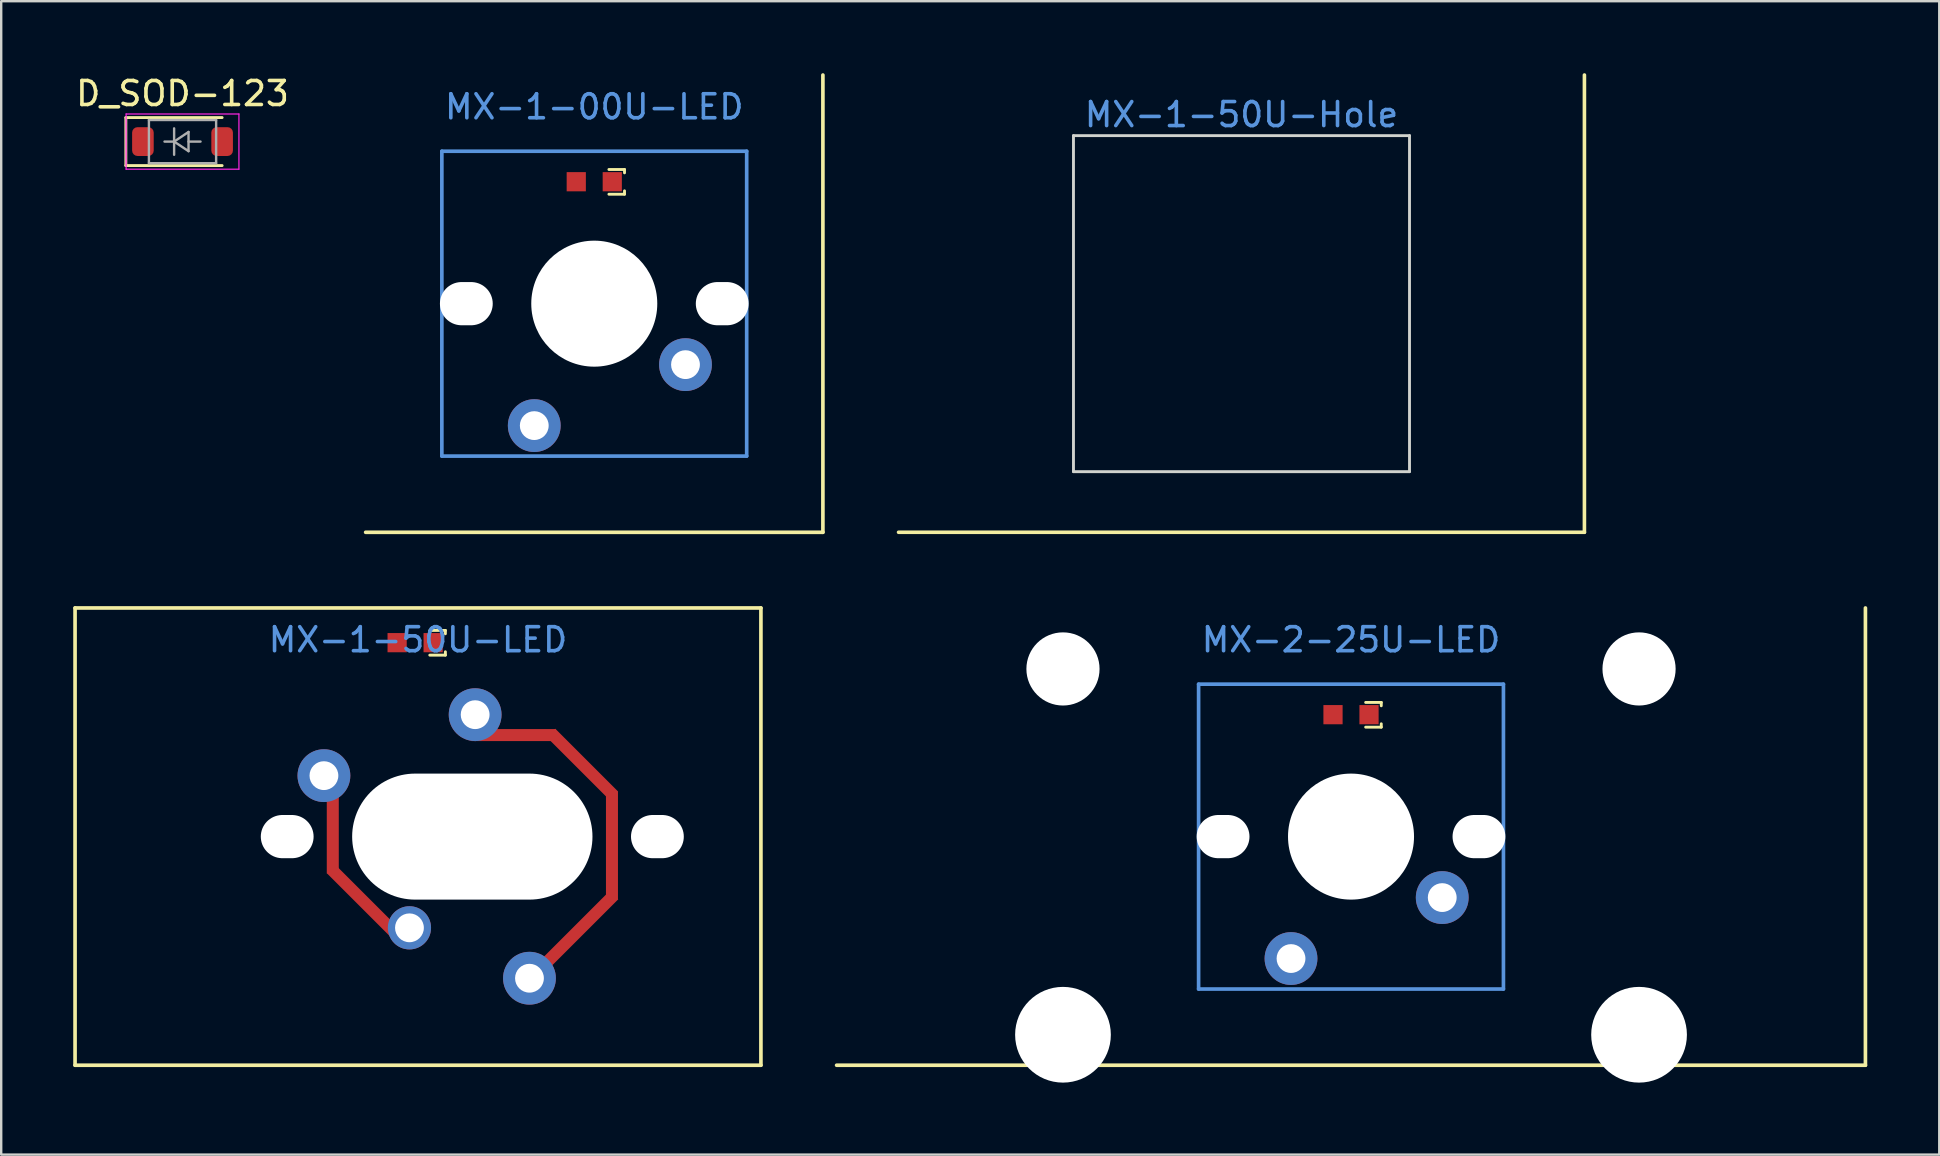
<source format=kicad_pcb>
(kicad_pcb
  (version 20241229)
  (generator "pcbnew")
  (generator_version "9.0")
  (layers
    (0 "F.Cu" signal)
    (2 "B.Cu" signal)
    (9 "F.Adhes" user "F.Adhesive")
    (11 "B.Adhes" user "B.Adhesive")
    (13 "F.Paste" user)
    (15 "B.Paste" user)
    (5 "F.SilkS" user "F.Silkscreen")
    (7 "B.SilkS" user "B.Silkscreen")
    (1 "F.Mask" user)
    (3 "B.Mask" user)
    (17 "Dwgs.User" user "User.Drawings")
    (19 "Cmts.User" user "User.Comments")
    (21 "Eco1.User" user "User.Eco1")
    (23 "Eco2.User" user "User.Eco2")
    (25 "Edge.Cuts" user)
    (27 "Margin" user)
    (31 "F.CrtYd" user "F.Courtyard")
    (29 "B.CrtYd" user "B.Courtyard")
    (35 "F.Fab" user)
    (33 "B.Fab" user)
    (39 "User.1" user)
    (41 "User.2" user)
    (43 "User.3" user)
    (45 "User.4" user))
  (footprint "MX-1-00U-LED"
    (layer "F.Cu")
    (at 21.708 4.521)
    (property "Reference" "MX-1-00U-LED" (at 0 -3.12 0) (layer "Cmts.User") (effects (font (size 1 1) (thickness 0.15))))
    (fp_line (start 0.61 -0.51) (end 1.26 -0.51) (stroke (width 0.12) (type solid)) (layer "F.SilkS"))
    (fp_line (start 0.61 0.52) (end 1.26 0.52) (stroke (width 0.12) (type solid)) (layer "F.SilkS"))
    (fp_line (start 1.26 -0.51) (end 1.26 -0.37) (stroke (width 0.12) (type solid)) (layer "F.SilkS"))
    (fp_line (start 1.26 0.52) (end 1.26 0.38) (stroke (width 0.12) (type solid)) (layer "F.SilkS"))
    (fp_line (start 9.525 -4.445) (end 9.525 14.605) (stroke (width 0.152) (type solid)) (layer "F.SilkS"))
    (fp_line (start 9.525 14.605) (end -9.525 14.605) (stroke (width 0.152) (type solid)) (layer "F.SilkS"))
    (fp_line (start -6.35 -1.27) (end 6.35 -1.27) (stroke (width 0.152) (type solid)) (layer "Cmts.User"))
    (fp_line (start -6.35 11.43) (end -6.35 -1.27) (stroke (width 0.152) (type solid)) (layer "Cmts.User"))
    (fp_line (start 6.35 -1.27) (end 6.35 11.43) (stroke (width 0.152) (type solid)) (layer "Cmts.User"))
    (fp_line (start 6.35 11.43) (end -6.35 11.43) (stroke (width 0.152) (type solid)) (layer "Cmts.User"))
    (pad "" np_thru_hole oval (at -5.33 5.08 270) (size 1.8 2.2) (drill oval 1.8 2.2) (layers "*.Cu" "*.Mask"))
    (pad "" np_thru_hole circle (at 0 5.08 180) (size 5.25 5.25) (drill 5.25) (layers "*.Cu" "*.Mask"))
    (pad "" np_thru_hole oval (at 5.33 5.08 270) (size 1.8 2.2) (drill oval 1.8 2.2) (layers "*.Cu" "*.Mask"))
    (pad "1" thru_hole circle (at -2.5 10.16) (size 2.2 2.2) (drill oval 1.2) (layers "*.Cu" "*.Mask"))
    (pad "2" thru_hole circle (at 3.8 7.62 225) (size 2.2 2.2) (drill 1.2) (layers "*.Cu" "*.Mask"))
    (pad "3" smd rect (at 0.75 0 90) (size 0.8 0.8) (layers "F.Cu" "F.Mask" "F.Paste"))
    (pad "4" smd rect (at -0.75 0 90) (size 0.8 0.8) (layers "F.Cu" "F.Mask" "F.Paste")))
  (footprint "MX-1-50U-Hole"
    (layer "F.Cu")
    (at 48.672 9.6)
    (property "Reference" "MX-1-50U-Hole" (at 0 -7.874 0) (layer "Cmts.User") (effects (font (size 1 1) (thickness 0.15))))
    (attr through_hole)
    (fp_line (start 14.287 -9.525) (end 14.287 9.525) (stroke (width 0.15) (type solid)) (layer "F.SilkS"))
    (fp_line (start 14.287 9.525) (end -14.287 9.525) (stroke (width 0.15) (type solid)) (layer "F.SilkS"))
    (fp_line (start -7 -7) (end -7 7) (stroke (width 0.12) (type solid)) (layer "Edge.Cuts"))
    (fp_line (start -7 -7) (end 7 -7) (stroke (width 0.12) (type solid)) (layer "Edge.Cuts"))
    (fp_line (start -7 7) (end 7 7) (stroke (width 0.12) (type solid)) (layer "Edge.Cuts"))
    (fp_line (start 7 -7) (end 7 7) (stroke (width 0.12) (type solid)) (layer "Edge.Cuts")))
  (footprint "MX-2-25U-LED"
    (layer "F.Cu")
    (at 53.235 26.724)
    (property "Reference" "MX-2-25U-LED" (at 0 -3.12 0) (layer "Cmts.User") (effects (font (size 1 1) (thickness 0.15))))
    (fp_line (start 0.61 -0.51) (end 1.26 -0.51) (stroke (width 0.12) (type solid)) (layer "F.SilkS"))
    (fp_line (start 0.61 0.52) (end 1.26 0.52) (stroke (width 0.12) (type solid)) (layer "F.SilkS"))
    (fp_line (start 1.26 -0.51) (end 1.26 -0.37) (stroke (width 0.12) (type solid)) (layer "F.SilkS"))
    (fp_line (start 1.26 0.52) (end 1.26 0.38) (stroke (width 0.12) (type solid)) (layer "F.SilkS"))
    (fp_line (start 21.431 -4.445) (end 21.431 14.605) (stroke (width 0.152) (type solid)) (layer "F.SilkS"))
    (fp_line (start 21.431 14.605) (end -21.431 14.605) (stroke (width 0.152) (type solid)) (layer "F.SilkS"))
    (fp_line (start -6.35 -1.27) (end 6.35 -1.27) (stroke (width 0.152) (type solid)) (layer "Cmts.User"))
    (fp_line (start -6.35 11.43) (end -6.35 -1.27) (stroke (width 0.152) (type solid)) (layer "Cmts.User"))
    (fp_line (start 6.35 -1.27) (end 6.35 11.43) (stroke (width 0.152) (type solid)) (layer "Cmts.User"))
    (fp_line (start 6.35 11.43) (end -6.35 11.43) (stroke (width 0.152) (type solid)) (layer "Cmts.User"))
    (pad "" np_thru_hole circle (at -12 -1.905 180) (size 3.048 3.048) (drill 3.048) (layers "*.Cu" "*.Mask"))
    (pad "" np_thru_hole circle (at -12 13.335 180) (size 3.988 3.988) (drill 3.988) (layers "*.Cu" "*.Mask"))
    (pad "" np_thru_hole oval (at -5.33 5.08 270) (size 1.8 2.2) (drill oval 1.8 2.2) (layers "*.Cu" "*.Mask"))
    (pad "" np_thru_hole circle (at 0 5.08 180) (size 5.25 5.25) (drill 5.25) (layers "*.Cu" "*.Mask"))
    (pad "" np_thru_hole oval (at 5.33 5.08 270) (size 1.8 2.2) (drill oval 1.8 2.2) (layers "*.Cu" "*.Mask"))
    (pad "" np_thru_hole circle (at 12 -1.905 180) (size 3.048 3.048) (drill 3.048) (layers "*.Cu" "*.Mask"))
    (pad "" np_thru_hole circle (at 12 13.335 180) (size 3.988 3.988) (drill 3.988) (layers "*.Cu" "*.Mask"))
    (pad "1" thru_hole circle (at -2.5 10.16) (size 2.2 2.2) (drill 1.2) (layers "*.Cu" "*.Mask"))
    (pad "2" thru_hole circle (at 3.8 7.62 225) (size 2.2 2.2) (drill 1.2) (layers "*.Cu" "*.Mask"))
    (pad "3" smd rect (at 0.75 0 90) (size 0.8 0.8) (layers "F.Cu" "F.Mask" "F.Paste"))
    (pad "4" smd rect (at -0.75 0 90) (size 0.8 0.8) (layers "F.Cu" "F.Mask" "F.Paste")))
  (footprint "MX-1-50U-LED"
    (layer "F.Cu")
    (at 14.364 23.724)
    (property "Reference" "MX-1-50U-LED" (at 0 -0.12 0) (layer "Cmts.User") (effects (font (size 1 1) (thickness 0.15))))
    (fp_line (start -14.287 -1.445) (end 14.287 -1.445) (stroke (width 0.152) (type solid)) (layer "F.SilkS"))
    (fp_line (start -14.287 17.605) (end -14.287 -1.445) (stroke (width 0.152) (type solid)) (layer "F.SilkS"))
    (fp_line (start 0.491 -0.51) (end 1.141 -0.51) (stroke (width 0.12) (type solid)) (layer "F.SilkS"))
    (fp_line (start 0.491 0.52) (end 1.141 0.52) (stroke (width 0.12) (type solid)) (layer "F.SilkS"))
    (fp_line (start 1.141 -0.51) (end 1.141 -0.37) (stroke (width 0.12) (type solid)) (layer "F.SilkS"))
    (fp_line (start 1.141 0.52) (end 1.141 0.38) (stroke (width 0.12) (type solid)) (layer "F.SilkS"))
    (fp_line (start 14.287 -1.445) (end 14.287 17.605) (stroke (width 0.152) (type solid)) (layer "F.SilkS"))
    (fp_line (start 14.287 17.605) (end -14.287 17.605) (stroke (width 0.152) (type solid)) (layer "F.SilkS"))
    (pad "" np_thru_hole oval (at -5.449 8.08 270) (size 1.8 2.2) (drill oval 1.8 2.2) (layers "*.Cu" "*.Mask"))
    (pad "" np_thru_hole oval (at 2.263 8.08 180) (size 10.012 5.25) (drill oval 10.012 5.25) (layers "*.Cu" "*.Mask"))
    (pad "" np_thru_hole oval (at 9.974 8.08 270) (size 1.8 2.2) (drill oval 1.8 2.2) (layers "*.Cu" "*.Mask"))
    (pad "1" thru_hole circle (at 2.381 3) (size 2.2 2.2) (drill oval 1.2) (layers "*.Cu" "*.Mask"))
    (pad "1" smd rect (at 3.981 3.85 180) (size 3.5 0.5) (layers "F.Cu" "F.Mask" "F.Paste"))
    (pad "1" thru_hole circle (at 4.644 13.98 90) (size 2.2 2.2) (drill 1.2) (layers "*.Cu" "*.Mask"))
    (pad "1" smd rect (at 6.751 11.93 45) (size 4 0.5) (layers "F.Cu" "F.Mask" "F.Paste"))
    (pad "1" smd rect (at 6.851 5.07 315) (size 3.7 0.5) (layers "F.Cu" "F.Mask" "F.Paste"))
    (pad "1" smd rect (at 8.081 8.45 90) (size 4.5 0.5) (layers "F.Cu" "F.Mask" "F.Paste"))
    (pad "2" thru_hole circle (at -3.919 5.54 225) (size 2.2 2.2) (drill 1.2) (layers "*.Cu" "*.Mask"))
    (pad "2" smd rect (at -3.55 7.61 90) (size 4 0.5) (layers "F.Cu" "F.Mask" "F.Paste"))
    (pad "2" smd rect (at -2.28 10.77 315) (size 3.8 0.5) (layers "F.Cu" "F.Mask" "F.Paste"))
    (pad "2" thru_hole circle (at -0.356 11.88 270) (size 1.8 1.8) (drill 1.2) (layers "*.Cu" "*.Mask"))
    (pad "3" smd rect (at 0.631 0 90) (size 0.8 0.8) (layers "F.Cu" "F.Mask" "F.Paste"))
    (pad "4" smd rect (at -0.869 0 90) (size 0.8 0.8) (layers "F.Cu" "F.Mask" "F.Paste")))
  (footprint "D_SOD-123"
    (layer "F.Cu")
    (at 4.554 2.848)
    (property "Reference" "D_SOD-123" (at 0 -2 0) (layer "F.SilkS") (effects (font (size 1 1) (thickness 0.15))))
    (attr smd)
    (fp_line (start -2.36 -1) (end -2.36 1) (stroke (width 0.12) (type solid)) (layer "F.SilkS"))
    (fp_line (start -2.36 -1) (end 1.65 -1) (stroke (width 0.12) (type solid)) (layer "F.SilkS"))
    (fp_line (start -2.36 1) (end 1.65 1) (stroke (width 0.12) (type solid)) (layer "F.SilkS"))
    (fp_line (start -2.35 -1.15) (end -2.35 1.15) (stroke (width 0.05) (type solid)) (layer "F.CrtYd"))
    (fp_line (start -2.35 -1.15) (end 2.35 -1.15) (stroke (width 0.05) (type solid)) (layer "F.CrtYd"))
    (fp_line (start 2.35 -1.15) (end 2.35 1.15) (stroke (width 0.05) (type solid)) (layer "F.CrtYd"))
    (fp_line (start 2.35 1.15) (end -2.35 1.15) (stroke (width 0.05) (type solid)) (layer "F.CrtYd"))
    (fp_line (start -1.4 -0.9) (end 1.4 -0.9) (stroke (width 0.1) (type solid)) (layer "F.Fab"))
    (fp_line (start -1.4 0.9) (end -1.4 -0.9) (stroke (width 0.1) (type solid)) (layer "F.Fab"))
    (fp_line (start -0.75 0) (end -0.35 0) (stroke (width 0.1) (type solid)) (layer "F.Fab"))
    (fp_line (start -0.35 0) (end -0.35 -0.55) (stroke (width 0.1) (type solid)) (layer "F.Fab"))
    (fp_line (start -0.35 0) (end -0.35 0.55) (stroke (width 0.1) (type solid)) (layer "F.Fab"))
    (fp_line (start -0.35 0) (end 0.25 -0.4) (stroke (width 0.1) (type solid)) (layer "F.Fab"))
    (fp_line (start 0.25 -0.4) (end 0.25 0.4) (stroke (width 0.1) (type solid)) (layer "F.Fab"))
    (fp_line (start 0.25 0) (end 0.75 0) (stroke (width 0.1) (type solid)) (layer "F.Fab"))
    (fp_line (start 0.25 0.4) (end -0.35 0) (stroke (width 0.1) (type solid)) (layer "F.Fab"))
    (fp_line (start 1.4 -0.9) (end 1.4 0.9) (stroke (width 0.1) (type solid)) (layer "F.Fab"))
    (fp_line (start 1.4 0.9) (end -1.4 0.9) (stroke (width 0.1) (type solid)) (layer "F.Fab"))
    (pad "1" smd roundrect (at -1.65 0) (size 0.9 1.2) (layers "F.Cu" "F.Mask" "F.Paste") (roundrect_rratio 0.25))
    (pad "2" smd roundrect (at 1.65 0) (size 0.9 1.2) (layers "F.Cu" "F.Mask" "F.Paste") (roundrect_rratio 0.25)))
  (gr_rect
    (start -3 -3)
    (end 77.742 45.053)
    (stroke (width 0.1) (type default))
    (fill no)
    (layer "Edge.Cuts")))
</source>
